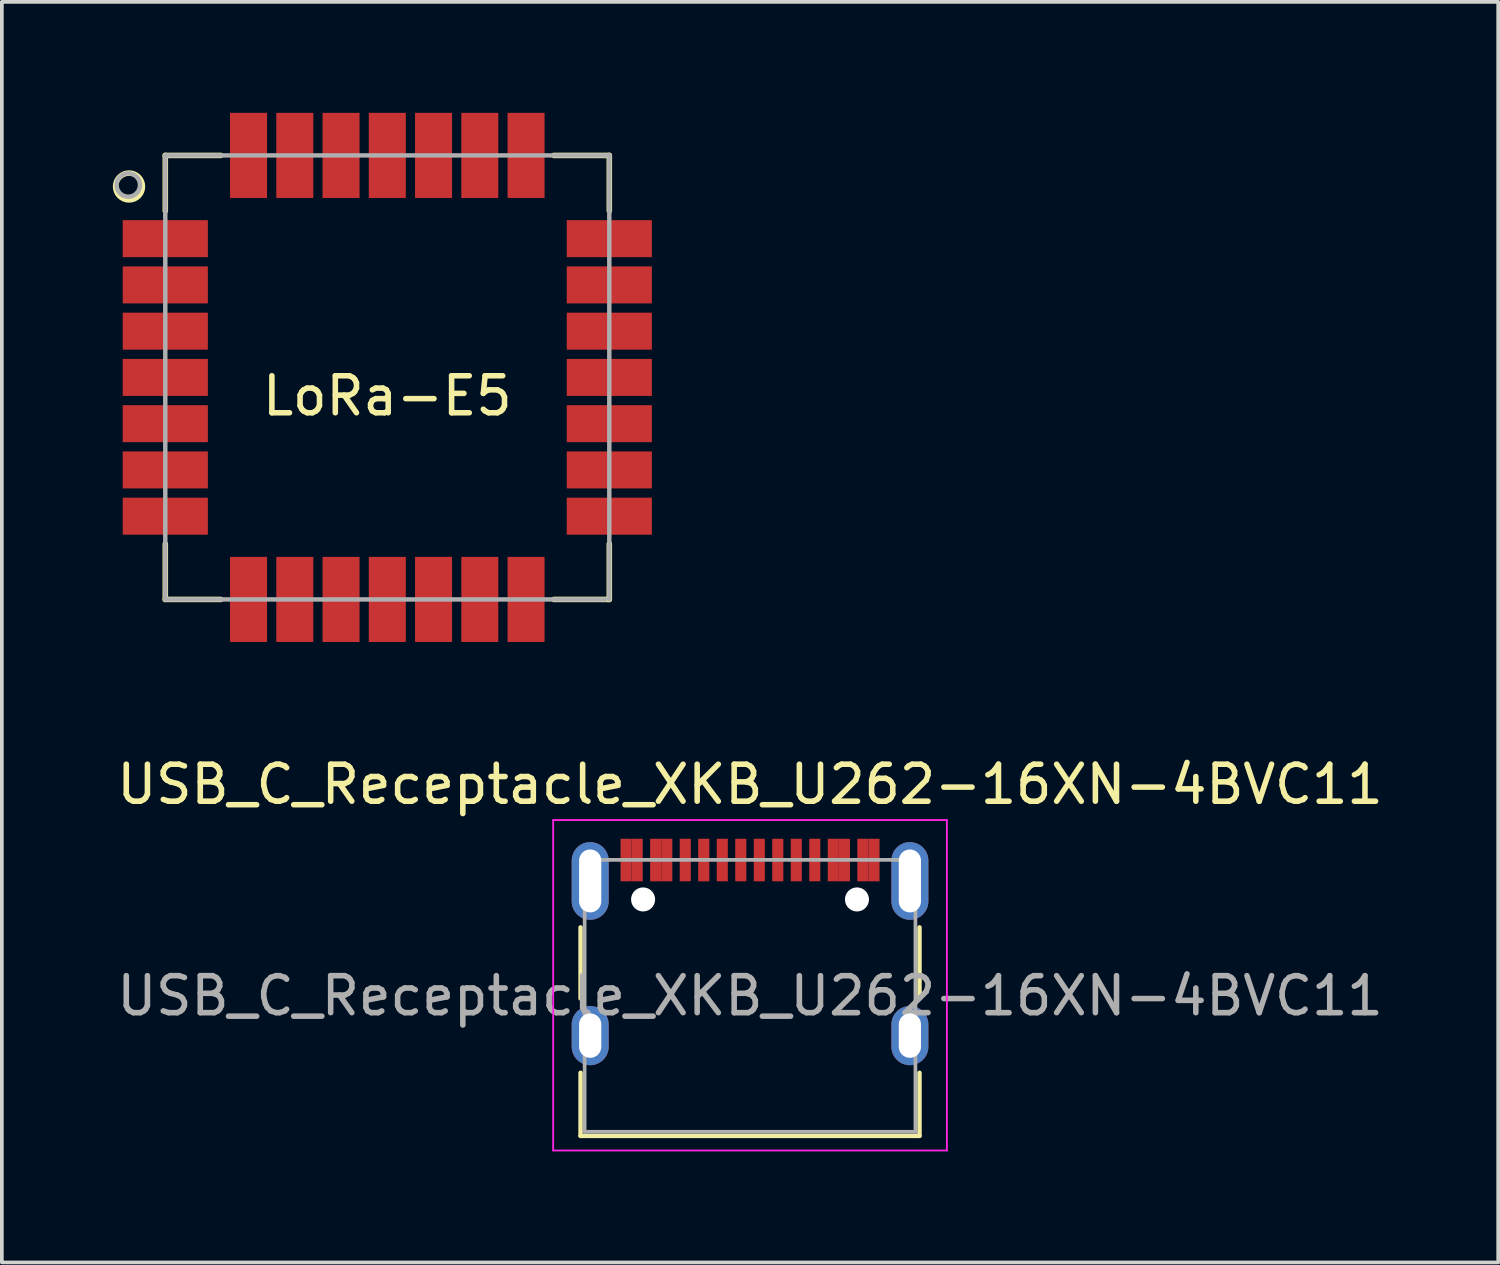
<source format=kicad_pcb>
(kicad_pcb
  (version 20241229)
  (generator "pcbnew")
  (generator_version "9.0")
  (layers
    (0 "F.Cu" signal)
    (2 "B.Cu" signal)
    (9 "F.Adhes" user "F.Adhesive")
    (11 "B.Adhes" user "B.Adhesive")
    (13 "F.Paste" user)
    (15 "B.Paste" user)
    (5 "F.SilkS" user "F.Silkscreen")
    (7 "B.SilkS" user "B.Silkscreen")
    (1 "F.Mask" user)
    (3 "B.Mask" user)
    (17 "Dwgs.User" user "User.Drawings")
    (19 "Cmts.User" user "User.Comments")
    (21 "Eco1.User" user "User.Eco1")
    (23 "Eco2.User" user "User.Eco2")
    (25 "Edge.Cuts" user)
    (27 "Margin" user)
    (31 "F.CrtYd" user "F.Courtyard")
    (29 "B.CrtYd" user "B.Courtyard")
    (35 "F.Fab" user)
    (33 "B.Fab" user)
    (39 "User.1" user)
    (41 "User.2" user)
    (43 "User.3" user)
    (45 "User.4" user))
  (footprint "LoRa-E5"
    (layer "F.Cu")
    (at 7.417 7.15)
    (property "Reference" "LoRa-E5" (at 0 0.5 0) (layer "F.SilkS") (effects (font (size 1 1) (thickness 0.15))))
    (attr through_hole)
    (fp_line (start -6 -6) (end -4.5 -6) (stroke (width 0.15) (type solid)) (layer "F.SilkS"))
    (fp_line (start -6 -4.5) (end -6 -6) (stroke (width 0.15) (type solid)) (layer "F.SilkS"))
    (fp_line (start -6 6) (end -6 4.5) (stroke (width 0.15) (type solid)) (layer "F.SilkS"))
    (fp_line (start -4.5 6) (end -6 6) (stroke (width 0.15) (type solid)) (layer "F.SilkS"))
    (fp_line (start 4.5 -6) (end 6 -6) (stroke (width 0.15) (type solid)) (layer "F.SilkS"))
    (fp_line (start 4.5 6) (end 6 6) (stroke (width 0.15) (type solid)) (layer "F.SilkS"))
    (fp_line (start 6 -4.5) (end 6 -6) (stroke (width 0.15) (type solid)) (layer "F.SilkS"))
    (fp_line (start 6 4.5) (end 6 6) (stroke (width 0.15) (type solid)) (layer "F.SilkS"))
    (fp_circle (center -6.98 -5.16) (end -6.66 -4.99) (stroke (width 0.15) (type solid)) (fill no) (layer "F.SilkS"))
    (fp_line (start -6 -6) (end 6 -6) (stroke (width 0.12) (type solid)) (layer "F.Fab"))
    (fp_line (start -6 6) (end -6 -6) (stroke (width 0.12) (type solid)) (layer "F.Fab"))
    (fp_line (start 5.9 6) (end -6 6) (stroke (width 0.12) (type solid)) (layer "F.Fab"))
    (fp_line (start 6 -6) (end 6 6) (stroke (width 0.12) (type solid)) (layer "F.Fab"))
    (fp_circle (center -7 -5.2) (end -6.7 -5.1) (stroke (width 0.12) (type solid)) (fill no) (layer "F.Fab"))
    (pad "1" smd rect (at -6 -3.75 90) (size 1 2.3) (layers "F.Cu" "F.Mask" "F.Paste"))
    (pad "2" smd rect (at -6 -2.5 90) (size 1 2.3) (layers "F.Cu" "F.Mask" "F.Paste"))
    (pad "3" smd rect (at -6 -1.25 90) (size 1 2.3) (layers "F.Cu" "F.Mask" "F.Paste"))
    (pad "4" smd rect (at -6 0 90) (size 1 2.3) (layers "F.Cu" "F.Mask" "F.Paste"))
    (pad "5" smd rect (at -6 1.25 90) (size 1 2.3) (layers "F.Cu" "F.Mask" "F.Paste"))
    (pad "6" smd rect (at -6 2.5 90) (size 1 2.3) (layers "F.Cu" "F.Mask" "F.Paste"))
    (pad "7" smd rect (at -6 3.75 90) (size 1 2.3) (layers "F.Cu" "F.Mask" "F.Paste"))
    (pad "8" smd rect (at -3.75 6 180) (size 1 2.3) (layers "F.Cu" "F.Mask" "F.Paste"))
    (pad "9" smd rect (at -2.5 6 180) (size 1 2.3) (layers "F.Cu" "F.Mask" "F.Paste"))
    (pad "10" smd rect (at -1.25 6 180) (size 1 2.3) (layers "F.Cu" "F.Mask" "F.Paste"))
    (pad "11" smd rect (at 0 6 180) (size 1 2.3) (layers "F.Cu" "F.Mask" "F.Paste"))
    (pad "12" smd rect (at 1.25 6 180) (size 1 2.3) (layers "F.Cu" "F.Mask" "F.Paste"))
    (pad "13" smd rect (at 2.5 6 180) (size 1 2.3) (layers "F.Cu" "F.Mask" "F.Paste"))
    (pad "14" smd rect (at 3.75 6 180) (size 1 2.3) (layers "F.Cu" "F.Mask" "F.Paste"))
    (pad "15" smd rect (at 6 3.75 270) (size 1 2.3) (layers "F.Cu" "F.Mask" "F.Paste"))
    (pad "16" smd rect (at 6 2.5 270) (size 1 2.3) (layers "F.Cu" "F.Mask" "F.Paste"))
    (pad "17" smd rect (at 6 1.25 270) (size 1 2.3) (layers "F.Cu" "F.Mask" "F.Paste"))
    (pad "18" smd rect (at 6 0 270) (size 1 2.3) (layers "F.Cu" "F.Mask" "F.Paste"))
    (pad "19" smd rect (at 6 -1.25 270) (size 1 2.3) (layers "F.Cu" "F.Mask" "F.Paste"))
    (pad "20" smd rect (at 6 -2.5 270) (size 1 2.3) (layers "F.Cu" "F.Mask" "F.Paste"))
    (pad "21" smd rect (at 6 -3.75 270) (size 1 2.3) (layers "F.Cu" "F.Mask" "F.Paste"))
    (pad "22" smd rect (at 3.75 -6) (size 1 2.3) (layers "F.Cu" "F.Mask" "F.Paste"))
    (pad "23" smd rect (at 2.5 -6) (size 1 2.3) (layers "F.Cu" "F.Mask" "F.Paste"))
    (pad "24" smd rect (at 1.25 -6) (size 1 2.3) (layers "F.Cu" "F.Mask" "F.Paste"))
    (pad "25" smd rect (at 0 -6) (size 1 2.3) (layers "F.Cu" "F.Mask" "F.Paste"))
    (pad "26" smd rect (at -1.25 -6) (size 1 2.3) (layers "F.Cu" "F.Mask" "F.Paste"))
    (pad "27" smd rect (at -2.5 -6) (size 1 2.3) (layers "F.Cu" "F.Mask" "F.Paste"))
    (pad "28" smd rect (at -3.75 -6) (size 1 2.3) (layers "F.Cu" "F.Mask" "F.Paste")))
  (footprint "USB_C_Receptacle_XKB_U262-16XN-4BVC11"
    (layer "F.Cu")
    (at 17.22 23.863)
    (property "Reference" "USB_C_Receptacle_XKB_U262-16XN-4BVC11" (at 0 -5.715 0) (layer "F.SilkS") (effects (font (size 1 1) (thickness 0.15))))
    (attr smd)
    (fp_line (start -4.58 -1.85) (end -4.58 0.07) (stroke (width 0.12) (type solid)) (layer "F.SilkS"))
    (fp_line (start -4.58 3.785) (end -4.58 2.08) (stroke (width 0.12) (type solid)) (layer "F.SilkS"))
    (fp_line (start 4.58 0.07) (end 4.58 -1.85) (stroke (width 0.12) (type solid)) (layer "F.SilkS"))
    (fp_line (start 4.58 2.08) (end 4.58 3.785) (stroke (width 0.12) (type solid)) (layer "F.SilkS"))
    (fp_line (start 4.58 3.785) (end -4.58 3.785) (stroke (width 0.12) (type solid)) (layer "F.SilkS"))
    (fp_line (start -5.32 -4.75) (end 5.32 -4.75) (stroke (width 0.05) (type solid)) (layer "F.CrtYd"))
    (fp_line (start -5.32 4.18) (end -5.32 -4.75) (stroke (width 0.05) (type solid)) (layer "F.CrtYd"))
    (fp_line (start 5.32 -4.75) (end 5.32 4.18) (stroke (width 0.05) (type solid)) (layer "F.CrtYd"))
    (fp_line (start 5.32 4.18) (end -5.32 4.18) (stroke (width 0.05) (type solid)) (layer "F.CrtYd"))
    (fp_line (start -4.47 -3.675) (end -4.47 3.675) (stroke (width 0.1) (type solid)) (layer "F.Fab"))
    (fp_line (start -4.47 -3.675) (end 4.47 -3.675) (stroke (width 0.1) (type solid)) (layer "F.Fab"))
    (fp_line (start -4.47 3.675) (end 4.47 3.675) (stroke (width 0.1) (type solid)) (layer "F.Fab"))
    (fp_line (start 4.47 3.675) (end 4.47 -3.675) (stroke (width 0.1) (type solid)) (layer "F.Fab"))
    (fp_text user "${REFERENCE}" (at 0 0 0) (layer "F.Fab") (effects (font (size 1 1) (thickness 0.15))))
    (pad "" np_thru_hole circle (at -2.89 -2.605) (size 0.65 0.65) (drill 0.65) (layers "*.Cu" "*.Mask"))
    (pad "" np_thru_hole circle (at 2.89 -2.605) (size 0.65 0.65) (drill 0.65) (layers "*.Cu" "*.Mask"))
    (pad "A1" smd rect (at -3.35 -3.67) (size 0.3 1.15) (layers "F.Cu" "F.Mask" "F.Paste"))
    (pad "A4" smd rect (at -2.55 -3.67) (size 0.3 1.15) (layers "F.Cu" "F.Mask" "F.Paste"))
    (pad "A5" smd rect (at -1.25 -3.67) (size 0.3 1.15) (layers "F.Cu" "F.Mask" "F.Paste"))
    (pad "A6" smd rect (at -0.25 -3.67) (size 0.3 1.15) (layers "F.Cu" "F.Mask" "F.Paste"))
    (pad "A7" smd rect (at 0.25 -3.67) (size 0.3 1.15) (layers "F.Cu" "F.Mask" "F.Paste"))
    (pad "A8" smd rect (at 1.25 -3.67) (size 0.3 1.15) (layers "F.Cu" "F.Mask" "F.Paste"))
    (pad "A9" smd rect (at 2.55 -3.67) (size 0.3 1.15) (layers "F.Cu" "F.Mask" "F.Paste"))
    (pad "A12" smd rect (at 3.35 -3.67) (size 0.3 1.15) (layers "F.Cu" "F.Mask" "F.Paste"))
    (pad "B1" smd rect (at 3.05 -3.67) (size 0.3 1.15) (layers "F.Cu" "F.Mask" "F.Paste"))
    (pad "B4" smd rect (at 2.25 -3.67) (size 0.3 1.15) (layers "F.Cu" "F.Mask" "F.Paste"))
    (pad "B5" smd rect (at 1.75 -3.67) (size 0.3 1.15) (layers "F.Cu" "F.Mask" "F.Paste"))
    (pad "B6" smd rect (at 0.75 -3.67) (size 0.3 1.15) (layers "F.Cu" "F.Mask" "F.Paste"))
    (pad "B7" smd rect (at -0.75 -3.67) (size 0.3 1.15) (layers "F.Cu" "F.Mask" "F.Paste"))
    (pad "B8" smd rect (at -1.75 -3.67) (size 0.3 1.15) (layers "F.Cu" "F.Mask" "F.Paste"))
    (pad "B9" smd rect (at -2.25 -3.67) (size 0.3 1.15) (layers "F.Cu" "F.Mask" "F.Paste"))
    (pad "B12" smd rect (at -3.05 -3.67) (size 0.3 1.15) (layers "F.Cu" "F.Mask" "F.Paste"))
    (pad "S1" thru_hole oval (at -4.32 -3.105) (size 1 2.1) (drill oval 0.6 1.7) (layers "*.Cu" "*.Mask"))
    (pad "S2" thru_hole oval (at -4.32 1.075) (size 1 1.6) (drill oval 0.6 1.2) (layers "*.Cu" "*.Mask"))
    (pad "S3" thru_hole oval (at 4.32 1.075) (size 1 1.6) (drill oval 0.6 1.2) (layers "*.Cu" "*.Mask"))
    (pad "S4" thru_hole oval (at 4.32 -3.105) (size 1 2.1) (drill oval 0.6 1.7) (layers "*.Cu" "*.Mask")))
  (gr_rect
    (start -3 -3)
    (end 37.44 31.068)
    (stroke (width 0.1) (type default))
    (fill no)
    (layer "Edge.Cuts")))
</source>
